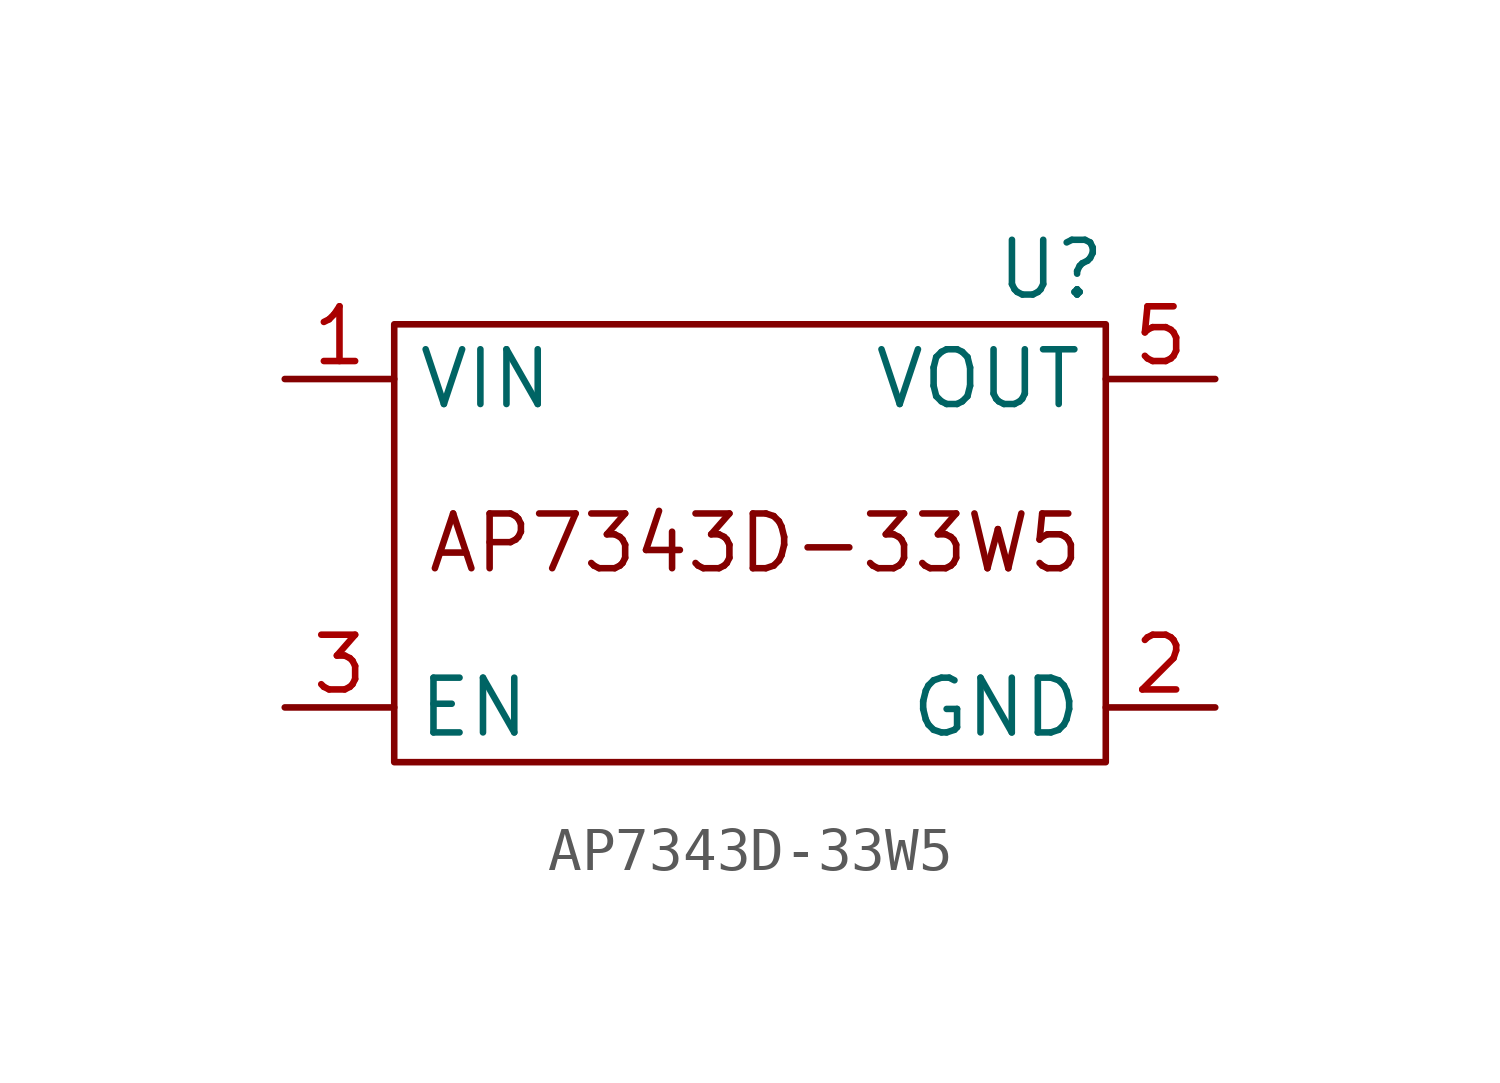
<source format=kicad_sym>
(kicad_symbol_lib
  (version 20231120)
  (generator "kicad_symbol_editor")
  (generator_version "8.0")
  (symbol "AP7343D-33W5"
    (property "Reference" "U"
      (at -1.27 1.27 0)
      (effects (font (size 1.27 1.27))))
    (property "Value" ""
      (at -1.27 1.27 0)
      (effects (font (size 1.27 1.27))))
    (symbol "AP7343D-33W5_0_1"
      (rectangle (start -16.51 0) (end 0 -10.16) (stroke (width 0) (type default)) (fill (type none))))
    (symbol "AP7343D-33W5_1_1"
      (text "AP7343D-33W5" (at -8.128 -5.08 0) (effects (font (size 1.27 1.27))))
      (pin power_in line (at -19.05 -1.27 0) (length 2.54) (name "VIN" (effects (font (size 1.27 1.27)))) (number "1" (effects (font (size 1.27 1.27)))))
      (pin power_in line (at 2.54 -8.89 180) (length 2.54) (name "GND" (effects (font (size 1.27 1.27)))) (number "2" (effects (font (size 1.27 1.27)))))
      (pin input line (at -19.05 -8.89 0) (length 2.54) (name "EN" (effects (font (size 1.27 1.27)))) (number "3" (effects (font (size 1.27 1.27)))))
      (pin power_out line (at 2.54 -1.27 180) (length 2.54) (name "VOUT" (effects (font (size 1.27 1.27)))) (number "5" (effects (font (size 1.27 1.27))))))))
</source>
